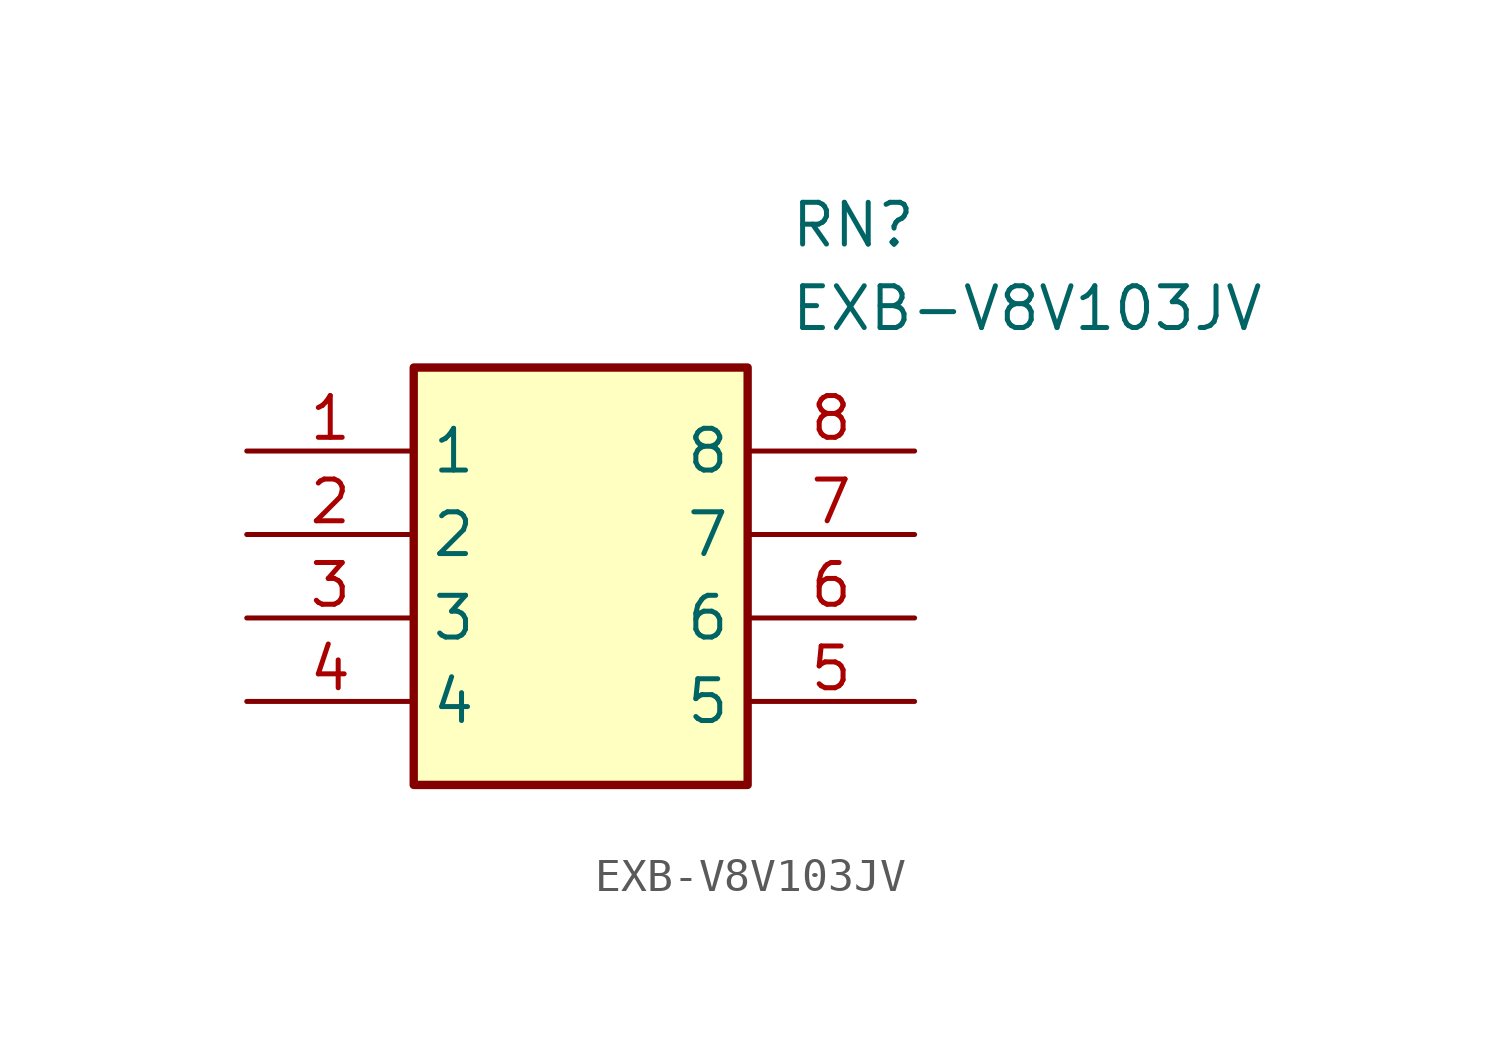
<source format=kicad_sym>
(kicad_symbol_lib
  (version 20211014)
  (generator SamacSys_ECAD_Model)
  (symbol "EXB-V8V103JV"
    (property "Reference" "RN"
      (at 16.51 7.62 0)
      (effects (font (size 1.27 1.27)) (justify left top)))
    (property "Value" "EXB-V8V103JV"
      (at 16.51 5.08 0)
      (effects (font (size 1.27 1.27)) (justify left top)))
    (rectangle
      (start 5.08 2.54)
      (end 15.24 -10.16)
      (stroke (width 0.254) (type default))
      (fill (type background)))
    (pin passive line
      (at 0 0 0)
      (length 5.08)
      (name "1" (effects (font (size 1.27 1.27))))
      (number "1" (effects (font (size 1.27 1.27)))))
    (pin passive line
      (at 0 -2.54 0)
      (length 5.08)
      (name "2" (effects (font (size 1.27 1.27))))
      (number "2" (effects (font (size 1.27 1.27)))))
    (pin passive line
      (at 0 -5.08 0)
      (length 5.08)
      (name "3" (effects (font (size 1.27 1.27))))
      (number "3" (effects (font (size 1.27 1.27)))))
    (pin passive line
      (at 0 -7.62 0)
      (length 5.08)
      (name "4" (effects (font (size 1.27 1.27))))
      (number "4" (effects (font (size 1.27 1.27)))))
    (pin passive line
      (at 20.32 -7.62 180)
      (length 5.08)
      (name "5" (effects (font (size 1.27 1.27))))
      (number "5" (effects (font (size 1.27 1.27)))))
    (pin passive line
      (at 20.32 -5.08 180)
      (length 5.08)
      (name "6" (effects (font (size 1.27 1.27))))
      (number "6" (effects (font (size 1.27 1.27)))))
    (pin passive line
      (at 20.32 -2.54 180)
      (length 5.08)
      (name "7" (effects (font (size 1.27 1.27))))
      (number "7" (effects (font (size 1.27 1.27)))))
    (pin passive line
      (at 20.32 0 180)
      (length 5.08)
      (name "8" (effects (font (size 1.27 1.27))))
      (number "8" (effects (font (size 1.27 1.27)))))))
</source>
